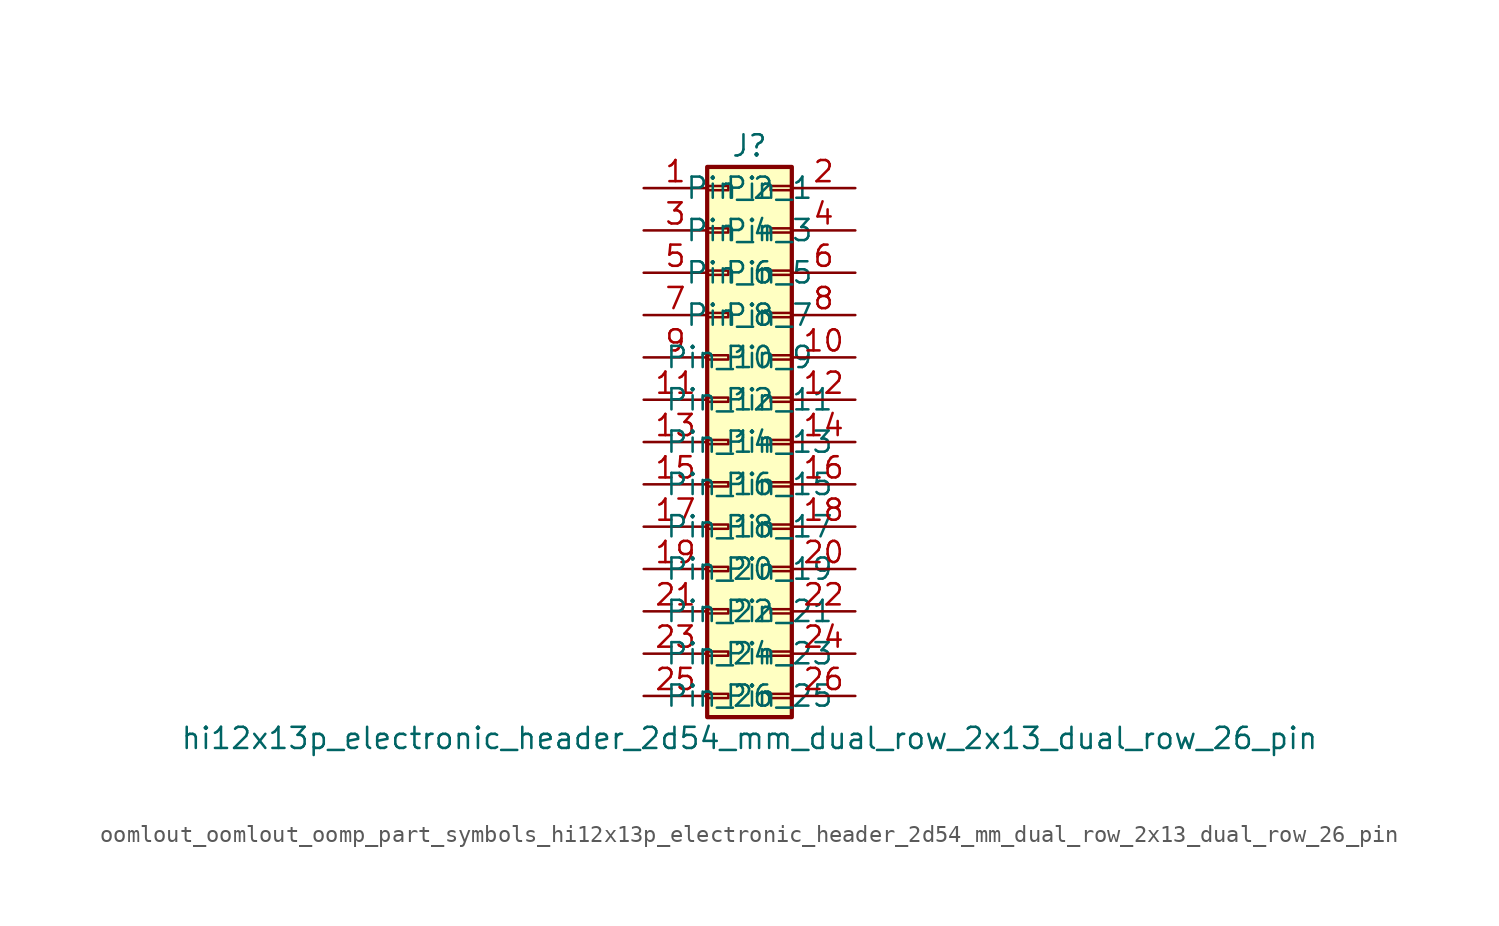
<source format=kicad_sym>
(kicad_symbol_lib
  (version 20220914)
  (generator kicad_symbol_editor)
  (symbol "oomlout_oomlout_oomp_part_symbols_hi12x13p_electronic_header_2d54_mm_dual_row_2x13_dual_row_26_pin"
    (pin_names
      (offset 1.016))
    (property "Reference" "J"
      (at 1.27 17.78 0)
      (effects (font (size 1.27 1.27))))
    (property "Value" "hi12x13p_electronic_header_2d54_mm_dual_row_2x13_dual_row_26_pin"
      (at 1.27 -17.78 0)
      (effects (font (size 1.27 1.27))))
    (symbol "oomlout_oomlout_oomp_part_symbols_hi12x13p_electronic_header_2d54_mm_dual_row_2x13_dual_row_26_pin_1_1"
      (rectangle (start -1.27 -15.113) (end 0 -15.367) (stroke (width 0.152) (type default)) (fill (type none)))
      (rectangle (start -1.27 -12.573) (end 0 -12.827) (stroke (width 0.152) (type default)) (fill (type none)))
      (rectangle (start -1.27 -10.033) (end 0 -10.287) (stroke (width 0.152) (type default)) (fill (type none)))
      (rectangle (start -1.27 -7.493) (end 0 -7.747) (stroke (width 0.152) (type default)) (fill (type none)))
      (rectangle (start -1.27 -4.953) (end 0 -5.207) (stroke (width 0.152) (type default)) (fill (type none)))
      (rectangle (start -1.27 -2.413) (end 0 -2.667) (stroke (width 0.152) (type default)) (fill (type none)))
      (rectangle (start -1.27 0.127) (end 0 -0.127) (stroke (width 0.152) (type default)) (fill (type none)))
      (rectangle (start -1.27 2.667) (end 0 2.413) (stroke (width 0.152) (type default)) (fill (type none)))
      (rectangle (start -1.27 5.207) (end 0 4.953) (stroke (width 0.152) (type default)) (fill (type none)))
      (rectangle (start -1.27 7.747) (end 0 7.493) (stroke (width 0.152) (type default)) (fill (type none)))
      (rectangle (start -1.27 10.287) (end 0 10.033) (stroke (width 0.152) (type default)) (fill (type none)))
      (rectangle (start -1.27 12.827) (end 0 12.573) (stroke (width 0.152) (type default)) (fill (type none)))
      (rectangle (start -1.27 15.367) (end 0 15.113) (stroke (width 0.152) (type default)) (fill (type none)))
      (rectangle (start -1.27 16.51) (end 3.81 -16.51) (stroke (width 0.254) (type default)) (fill (type background)))
      (rectangle (start 3.81 -15.113) (end 2.54 -15.367) (stroke (width 0.152) (type default)) (fill (type none)))
      (rectangle (start 3.81 -12.573) (end 2.54 -12.827) (stroke (width 0.152) (type default)) (fill (type none)))
      (rectangle (start 3.81 -10.033) (end 2.54 -10.287) (stroke (width 0.152) (type default)) (fill (type none)))
      (rectangle (start 3.81 -7.493) (end 2.54 -7.747) (stroke (width 0.152) (type default)) (fill (type none)))
      (rectangle (start 3.81 -4.953) (end 2.54 -5.207) (stroke (width 0.152) (type default)) (fill (type none)))
      (rectangle (start 3.81 -2.413) (end 2.54 -2.667) (stroke (width 0.152) (type default)) (fill (type none)))
      (rectangle (start 3.81 0.127) (end 2.54 -0.127) (stroke (width 0.152) (type default)) (fill (type none)))
      (rectangle (start 3.81 2.667) (end 2.54 2.413) (stroke (width 0.152) (type default)) (fill (type none)))
      (rectangle (start 3.81 5.207) (end 2.54 4.953) (stroke (width 0.152) (type default)) (fill (type none)))
      (rectangle (start 3.81 7.747) (end 2.54 7.493) (stroke (width 0.152) (type default)) (fill (type none)))
      (rectangle (start 3.81 10.287) (end 2.54 10.033) (stroke (width 0.152) (type default)) (fill (type none)))
      (rectangle (start 3.81 12.827) (end 2.54 12.573) (stroke (width 0.152) (type default)) (fill (type none)))
      (rectangle (start 3.81 15.367) (end 2.54 15.113) (stroke (width 0.152) (type default)) (fill (type none)))
      (pin passive line (at -5.08 15.24 0) (length 3.81) (name "Pin_1" (effects (font (size 1.27 1.27)))) (number "1" (effects (font (size 1.27 1.27)))))
      (pin passive line (at 7.62 5.08 180) (length 3.81) (name "Pin_10" (effects (font (size 1.27 1.27)))) (number "10" (effects (font (size 1.27 1.27)))))
      (pin passive line (at -5.08 2.54 0) (length 3.81) (name "Pin_11" (effects (font (size 1.27 1.27)))) (number "11" (effects (font (size 1.27 1.27)))))
      (pin passive line (at 7.62 2.54 180) (length 3.81) (name "Pin_12" (effects (font (size 1.27 1.27)))) (number "12" (effects (font (size 1.27 1.27)))))
      (pin passive line (at -5.08 0 0) (length 3.81) (name "Pin_13" (effects (font (size 1.27 1.27)))) (number "13" (effects (font (size 1.27 1.27)))))
      (pin passive line (at 7.62 0 180) (length 3.81) (name "Pin_14" (effects (font (size 1.27 1.27)))) (number "14" (effects (font (size 1.27 1.27)))))
      (pin passive line (at -5.08 -2.54 0) (length 3.81) (name "Pin_15" (effects (font (size 1.27 1.27)))) (number "15" (effects (font (size 1.27 1.27)))))
      (pin passive line (at 7.62 -2.54 180) (length 3.81) (name "Pin_16" (effects (font (size 1.27 1.27)))) (number "16" (effects (font (size 1.27 1.27)))))
      (pin passive line (at -5.08 -5.08 0) (length 3.81) (name "Pin_17" (effects (font (size 1.27 1.27)))) (number "17" (effects (font (size 1.27 1.27)))))
      (pin passive line (at 7.62 -5.08 180) (length 3.81) (name "Pin_18" (effects (font (size 1.27 1.27)))) (number "18" (effects (font (size 1.27 1.27)))))
      (pin passive line (at -5.08 -7.62 0) (length 3.81) (name "Pin_19" (effects (font (size 1.27 1.27)))) (number "19" (effects (font (size 1.27 1.27)))))
      (pin passive line (at 7.62 15.24 180) (length 3.81) (name "Pin_2" (effects (font (size 1.27 1.27)))) (number "2" (effects (font (size 1.27 1.27)))))
      (pin passive line (at 7.62 -7.62 180) (length 3.81) (name "Pin_20" (effects (font (size 1.27 1.27)))) (number "20" (effects (font (size 1.27 1.27)))))
      (pin passive line (at -5.08 -10.16 0) (length 3.81) (name "Pin_21" (effects (font (size 1.27 1.27)))) (number "21" (effects (font (size 1.27 1.27)))))
      (pin passive line (at 7.62 -10.16 180) (length 3.81) (name "Pin_22" (effects (font (size 1.27 1.27)))) (number "22" (effects (font (size 1.27 1.27)))))
      (pin passive line (at -5.08 -12.7 0) (length 3.81) (name "Pin_23" (effects (font (size 1.27 1.27)))) (number "23" (effects (font (size 1.27 1.27)))))
      (pin passive line (at 7.62 -12.7 180) (length 3.81) (name "Pin_24" (effects (font (size 1.27 1.27)))) (number "24" (effects (font (size 1.27 1.27)))))
      (pin passive line (at -5.08 -15.24 0) (length 3.81) (name "Pin_25" (effects (font (size 1.27 1.27)))) (number "25" (effects (font (size 1.27 1.27)))))
      (pin passive line (at 7.62 -15.24 180) (length 3.81) (name "Pin_26" (effects (font (size 1.27 1.27)))) (number "26" (effects (font (size 1.27 1.27)))))
      (pin passive line (at -5.08 12.7 0) (length 3.81) (name "Pin_3" (effects (font (size 1.27 1.27)))) (number "3" (effects (font (size 1.27 1.27)))))
      (pin passive line (at 7.62 12.7 180) (length 3.81) (name "Pin_4" (effects (font (size 1.27 1.27)))) (number "4" (effects (font (size 1.27 1.27)))))
      (pin passive line (at -5.08 10.16 0) (length 3.81) (name "Pin_5" (effects (font (size 1.27 1.27)))) (number "5" (effects (font (size 1.27 1.27)))))
      (pin passive line (at 7.62 10.16 180) (length 3.81) (name "Pin_6" (effects (font (size 1.27 1.27)))) (number "6" (effects (font (size 1.27 1.27)))))
      (pin passive line (at -5.08 7.62 0) (length 3.81) (name "Pin_7" (effects (font (size 1.27 1.27)))) (number "7" (effects (font (size 1.27 1.27)))))
      (pin passive line (at 7.62 7.62 180) (length 3.81) (name "Pin_8" (effects (font (size 1.27 1.27)))) (number "8" (effects (font (size 1.27 1.27)))))
      (pin passive line (at -5.08 5.08 0) (length 3.81) (name "Pin_9" (effects (font (size 1.27 1.27)))) (number "9" (effects (font (size 1.27 1.27))))))))
</source>
